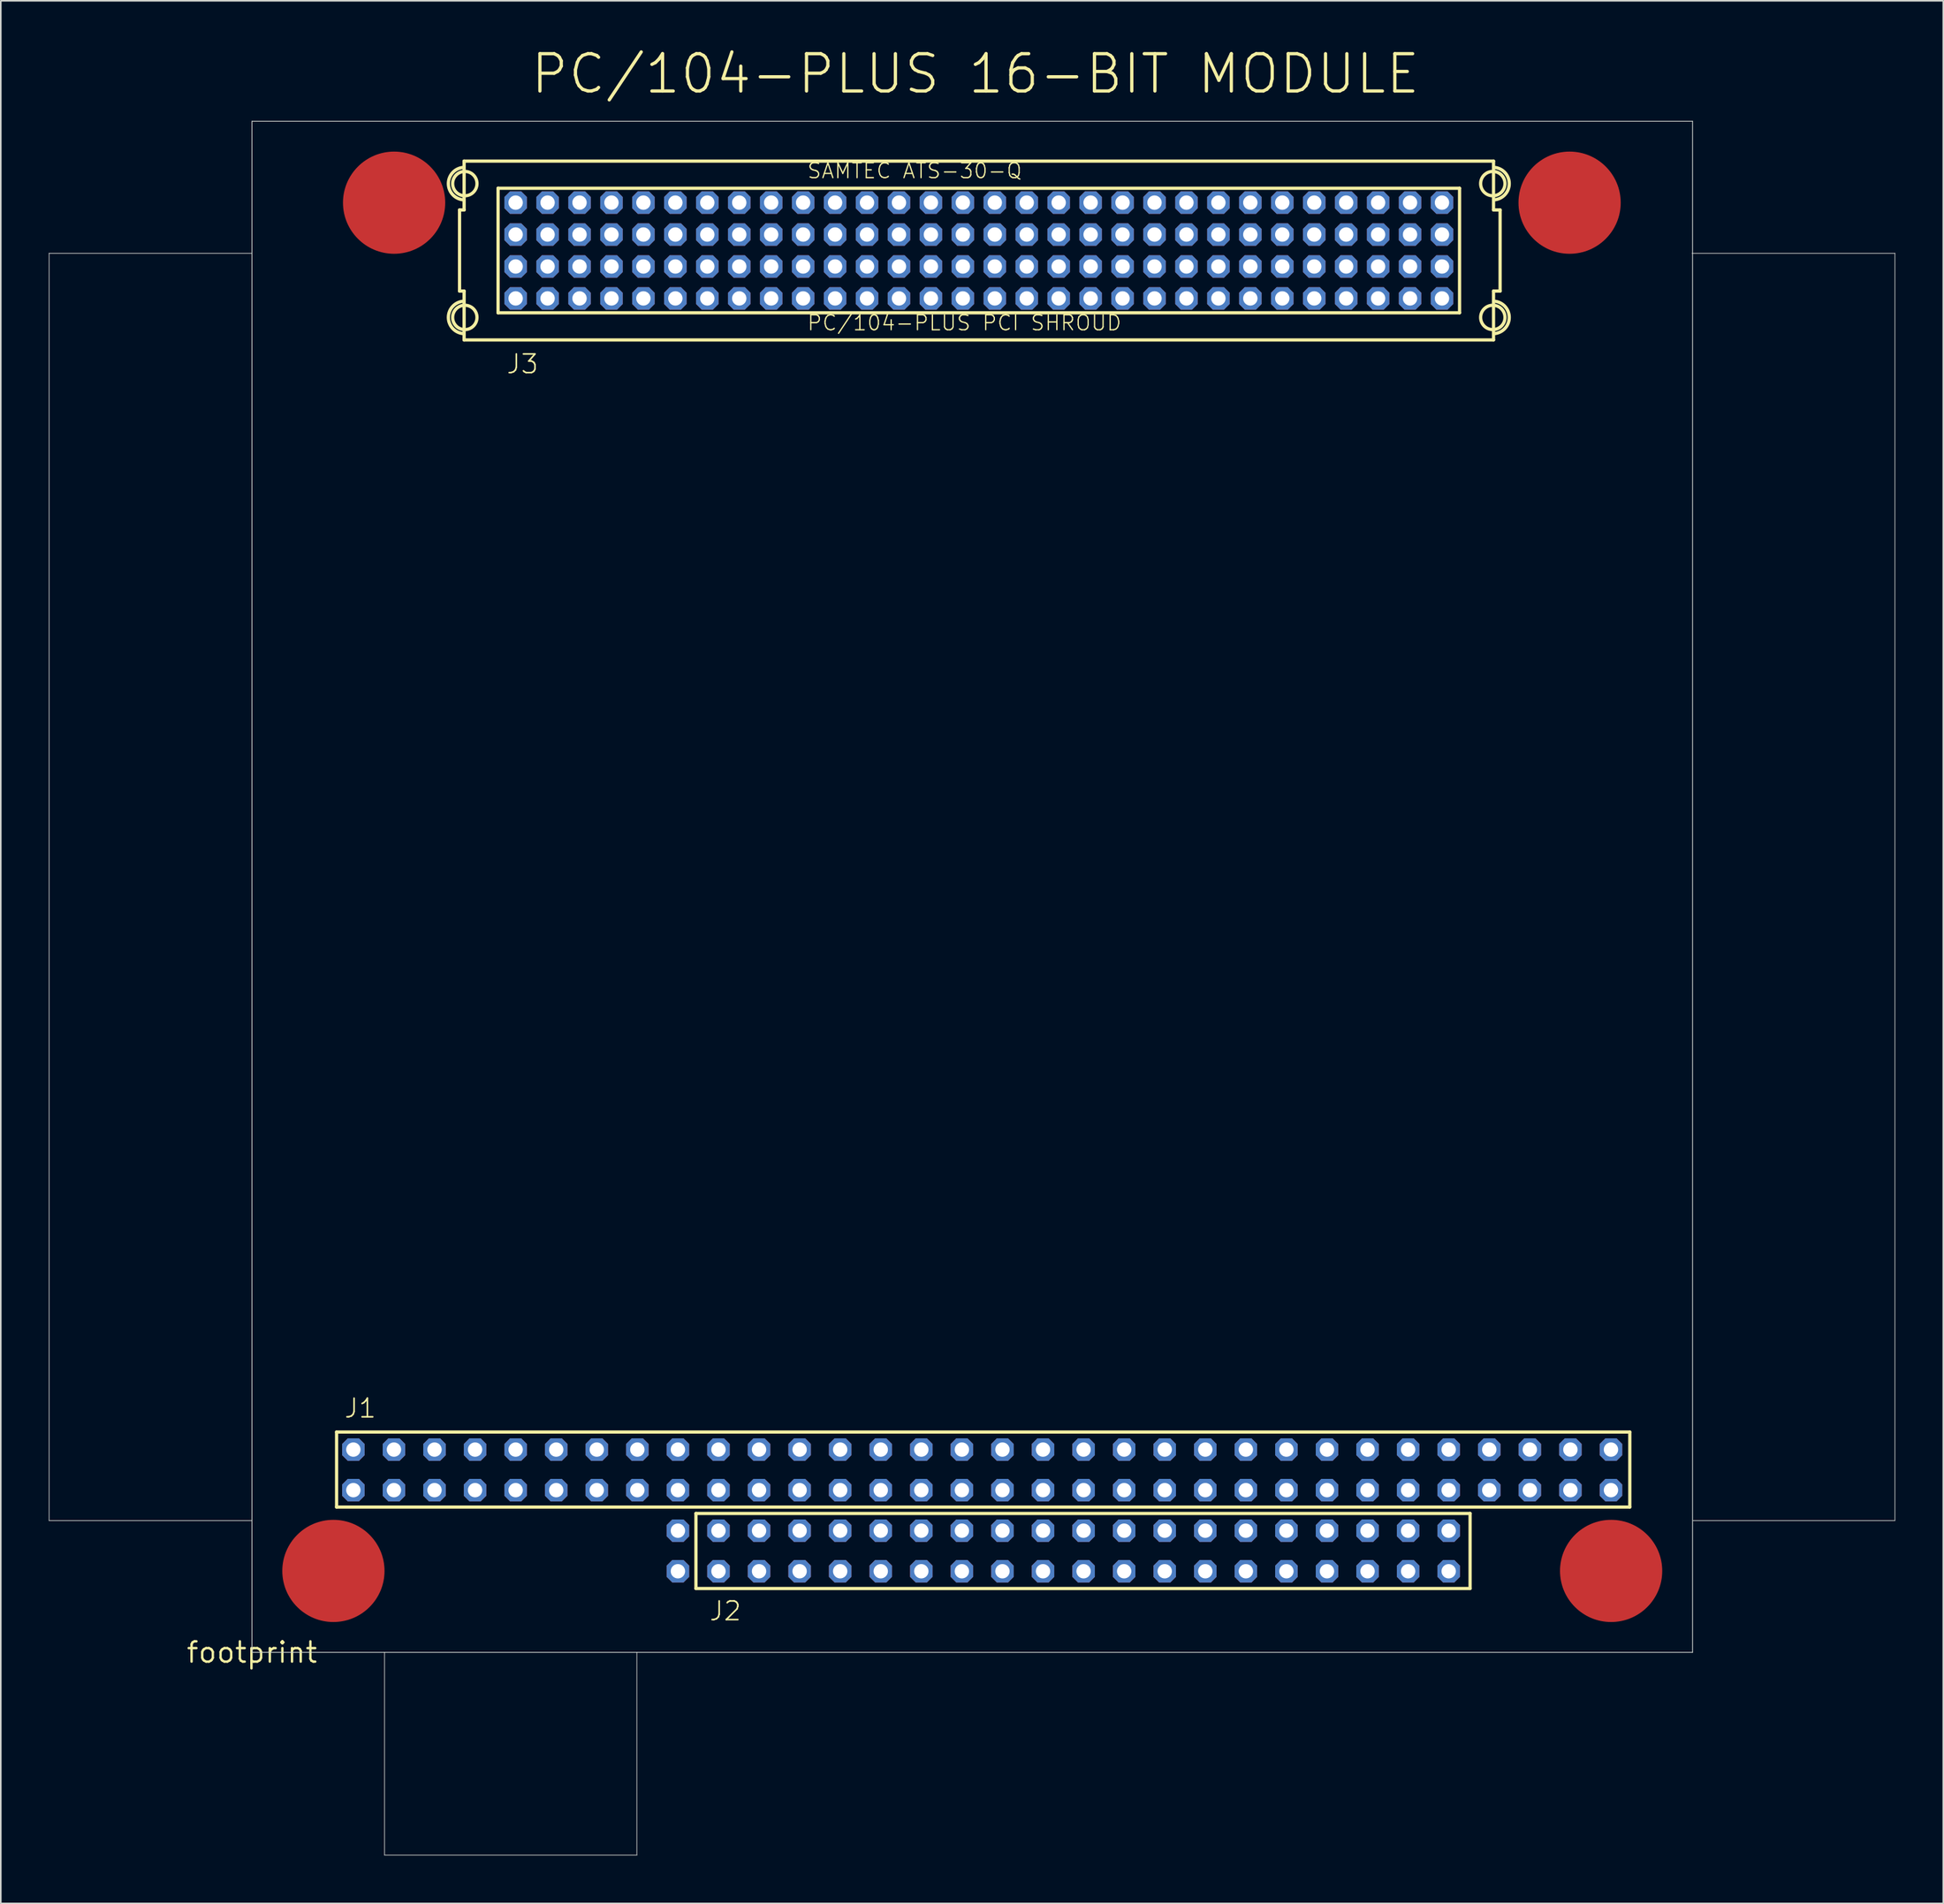
<source format=kicad_pcb>
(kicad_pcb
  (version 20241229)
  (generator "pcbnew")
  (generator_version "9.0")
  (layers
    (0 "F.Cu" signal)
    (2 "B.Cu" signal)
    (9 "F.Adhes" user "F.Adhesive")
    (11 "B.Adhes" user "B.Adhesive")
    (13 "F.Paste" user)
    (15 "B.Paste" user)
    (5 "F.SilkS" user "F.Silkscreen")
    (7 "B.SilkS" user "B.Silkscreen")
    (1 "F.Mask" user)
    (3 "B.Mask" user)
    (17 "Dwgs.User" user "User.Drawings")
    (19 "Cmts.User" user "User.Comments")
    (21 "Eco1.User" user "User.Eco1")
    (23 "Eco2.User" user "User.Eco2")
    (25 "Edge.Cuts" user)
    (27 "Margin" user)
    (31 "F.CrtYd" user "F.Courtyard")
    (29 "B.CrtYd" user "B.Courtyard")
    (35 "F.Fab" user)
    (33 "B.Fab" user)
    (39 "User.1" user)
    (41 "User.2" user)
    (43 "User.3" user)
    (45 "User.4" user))
  (footprint "footprint"
    (layer "F.Cu")
    (at 12.725 100.446)
    (property "Reference" "footprint" (at 0 0 0) (layer "F.SilkS") (effects (font (size 1.27 1.27) (thickness 0.15))))
    (fp_circle (center 5.1 -5.1) (end 6.7 -5.1) (stroke (width 3.2) (type solid)) (fill yes) (layer "F.Cu"))
    (fp_circle (center 8.9 -90.8) (end 10.5 -90.8) (stroke (width 3.2) (type solid)) (fill yes) (layer "F.Cu"))
    (fp_circle (center 82.5 -90.8) (end 84.1 -90.8) (stroke (width 3.2) (type solid)) (fill yes) (layer "F.Cu"))
    (fp_circle (center 85.1 -5.1) (end 86.7 -5.1) (stroke (width 3.2) (type solid)) (fill yes) (layer "F.Cu"))
    (fp_line (start 5.3 -13.8) (end 86.27 -13.8) (stroke (width 0.203) (type solid)) (layer "F.SilkS"))
    (fp_line (start 5.3 -9.1) (end 5.3 -13.8) (stroke (width 0.203) (type solid)) (layer "F.SilkS"))
    (fp_line (start 12.998 -90.345) (end 13.283 -90.345) (stroke (width 0.203) (type solid)) (layer "F.SilkS"))
    (fp_line (start 12.998 -85.265) (end 12.998 -90.345) (stroke (width 0.203) (type solid)) (layer "F.SilkS"))
    (fp_line (start 13.283 -93.405) (end 77.737 -93.405) (stroke (width 0.203) (type solid)) (layer "F.SilkS"))
    (fp_line (start 13.283 -90.345) (end 13.283 -93.405) (stroke (width 0.203) (type solid)) (layer "F.SilkS"))
    (fp_line (start 13.283 -85.265) (end 12.998 -85.265) (stroke (width 0.203) (type solid)) (layer "F.SilkS"))
    (fp_line (start 13.283 -82.205) (end 13.283 -85.265) (stroke (width 0.203) (type solid)) (layer "F.SilkS"))
    (fp_line (start 15.41 -91.705) (end 75.61 -91.705) (stroke (width 0.203) (type solid)) (layer "F.SilkS"))
    (fp_line (start 15.41 -83.905) (end 15.41 -91.705) (stroke (width 0.203) (type solid)) (layer "F.SilkS"))
    (fp_line (start 27.8 -8.7) (end 76.27 -8.7) (stroke (width 0.203) (type solid)) (layer "F.SilkS"))
    (fp_line (start 27.8 -4) (end 27.8 -8.7) (stroke (width 0.203) (type solid)) (layer "F.SilkS"))
    (fp_line (start 75.61 -91.705) (end 75.61 -83.905) (stroke (width 0.203) (type solid)) (layer "F.SilkS"))
    (fp_line (start 75.61 -83.905) (end 15.41 -83.905) (stroke (width 0.203) (type solid)) (layer "F.SilkS"))
    (fp_line (start 76.27 -8.7) (end 76.27 -4) (stroke (width 0.203) (type solid)) (layer "F.SilkS"))
    (fp_line (start 76.27 -4) (end 27.8 -4) (stroke (width 0.203) (type solid)) (layer "F.SilkS"))
    (fp_line (start 77.737 -93.405) (end 77.737 -90.345) (stroke (width 0.203) (type solid)) (layer "F.SilkS"))
    (fp_line (start 77.737 -90.345) (end 78.149 -90.345) (stroke (width 0.203) (type solid)) (layer "F.SilkS"))
    (fp_line (start 77.737 -85.265) (end 77.737 -82.205) (stroke (width 0.203) (type solid)) (layer "F.SilkS"))
    (fp_line (start 77.737 -82.205) (end 13.283 -82.205) (stroke (width 0.203) (type solid)) (layer "F.SilkS"))
    (fp_line (start 78.149 -90.345) (end 78.149 -85.265) (stroke (width 0.203) (type solid)) (layer "F.SilkS"))
    (fp_line (start 78.149 -85.265) (end 77.737 -85.265) (stroke (width 0.203) (type solid)) (layer "F.SilkS"))
    (fp_line (start 86.27 -13.8) (end 86.27 -9.1) (stroke (width 0.203) (type solid)) (layer "F.SilkS"))
    (fp_line (start 86.27 -9.1) (end 5.3 -9.1) (stroke (width 0.203) (type solid)) (layer "F.SilkS"))
    (fp_arc (start 13.252 -90.98) (mid 12.297518 -91.996) (end 13.252 -93.012) (stroke (width 0.2032) (type solid)) (layer "F.SilkS"))
    (fp_arc (start 13.252 -82.598) (mid 12.297518 -83.614) (end 13.252 -84.63) (stroke (width 0.2032) (type solid)) (layer "F.SilkS"))
    (fp_arc (start 77.767998 -93.012) (mid 78.722481 -91.996001) (end 77.768 -90.98) (stroke (width 0.2032) (type solid)) (layer "F.SilkS"))
    (fp_arc (start 77.767998 -84.63) (mid 78.722481 -83.614001) (end 77.768 -82.598) (stroke (width 0.2032) (type solid)) (layer "F.SilkS"))
    (fp_circle (center 13.328 -91.996) (end 14.09 -91.996) (stroke (width 0.203) (type solid)) (fill no) (layer "F.SilkS"))
    (fp_circle (center 13.328 -83.614) (end 14.09 -83.614) (stroke (width 0.203) (type solid)) (fill no) (layer "F.SilkS"))
    (fp_circle (center 77.692 -91.996) (end 78.454 -91.996) (stroke (width 0.203) (type solid)) (fill no) (layer "F.SilkS"))
    (fp_circle (center 77.692 -83.614) (end 78.454 -83.614) (stroke (width 0.203) (type solid)) (fill no) (layer "F.SilkS"))
    (fp_line (start 0 -95.9) (end 0 0) (stroke (width 0.05) (type solid)) (layer "Edge.Cuts"))
    (fp_line (start 0 0) (end 90.2 0) (stroke (width 0.05) (type solid)) (layer "Edge.Cuts"))
    (fp_line (start 90.2 -95.9) (end 0 -95.9) (stroke (width 0.05) (type solid)) (layer "Edge.Cuts"))
    (fp_line (start 90.2 0) (end 90.2 -95.9) (stroke (width 0.05) (type solid)) (layer "Edge.Cuts"))
    (fp_line (start -12.7 -87.63) (end -12.7 -8.255) (stroke (width 0.051) (type solid)) (layer "F.Fab"))
    (fp_line (start -12.7 -8.255) (end 0 -8.255) (stroke (width 0.051) (type solid)) (layer "F.Fab"))
    (fp_line (start 0 -87.63) (end -12.7 -87.63) (stroke (width 0.051) (type solid)) (layer "F.Fab"))
    (fp_line (start 8.3 0) (end 8.3 12.7) (stroke (width 0.051) (type solid)) (layer "F.Fab"))
    (fp_line (start 8.3 12.7) (end 24.1 12.7) (stroke (width 0.051) (type solid)) (layer "F.Fab"))
    (fp_line (start 24.1 12.7) (end 24.1 0) (stroke (width 0.051) (type solid)) (layer "F.Fab"))
    (fp_line (start 90.221 -8.255) (end 102.87 -8.255) (stroke (width 0.051) (type solid)) (layer "F.Fab"))
    (fp_line (start 102.87 -87.63) (end 90.17 -87.63) (stroke (width 0.051) (type solid)) (layer "F.Fab"))
    (fp_line (start 102.87 -8.255) (end 102.87 -87.63) (stroke (width 0.051) (type solid)) (layer "F.Fab"))
    (fp_text user "J3" (at 15.875 -80.01 0) (layer "F.SilkS") (effects (font (size 1.168 1.168) (thickness 0.102)) (justify left bottom)))
    (fp_text user "J1" (at 5.715 -14.605 0) (layer "F.SilkS") (effects (font (size 1.168 1.168) (thickness 0.102)) (justify left bottom)))
    (fp_text user "PC/104-PLUS 16-BIT MODULE" (at 17.34 -97.5 0) (layer "F.SilkS") (effects (font (size 2.337 2.337) (thickness 0.203)) (justify left bottom)))
    (fp_text user "SAMTEC ATS-30-Q" (at 34.715 -92.25 0) (layer "F.SilkS") (effects (font (size 0.935 0.935) (thickness 0.081)) (justify left bottom)))
    (fp_text user "J2" (at 28.575 -1.905 0) (layer "F.SilkS") (effects (font (size 1.168 1.168) (thickness 0.102)) (justify left bottom)))
    (fp_text user "PC/104-PLUS PCI SHROUD" (at 34.715 -82.725 0) (layer "F.SilkS") (effects (font (size 0.935 0.935) (thickness 0.081)) (justify left bottom)))
    (pad "A1" thru_hole roundrect (at 6.35 -10.16) (size 1.408 1.408) (drill 0.9) (layers "*.Cu" "*.Mask") (roundrect_rratio 0.25) (chamfer_ratio 0.25) (chamfer top_left top_right bottom_left bottom_right))
    (pad "A2" thru_hole roundrect (at 8.89 -10.16) (size 1.408 1.408) (drill 0.9) (layers "*.Cu" "*.Mask") (roundrect_rratio 0.25) (chamfer_ratio 0.25) (chamfer top_left top_right bottom_left bottom_right))
    (pad "A3" thru_hole roundrect (at 11.43 -10.16) (size 1.408 1.408) (drill 0.9) (layers "*.Cu" "*.Mask") (roundrect_rratio 0.25) (chamfer_ratio 0.25) (chamfer top_left top_right bottom_left bottom_right))
    (pad "A4" thru_hole roundrect (at 13.97 -10.16) (size 1.408 1.408) (drill 0.9) (layers "*.Cu" "*.Mask") (roundrect_rratio 0.25) (chamfer_ratio 0.25) (chamfer top_left top_right bottom_left bottom_right))
    (pad "A5" thru_hole roundrect (at 16.51 -10.16) (size 1.408 1.408) (drill 0.9) (layers "*.Cu" "*.Mask") (roundrect_rratio 0.25) (chamfer_ratio 0.25) (chamfer top_left top_right bottom_left bottom_right))
    (pad "A6" thru_hole roundrect (at 19.05 -10.16) (size 1.408 1.408) (drill 0.9) (layers "*.Cu" "*.Mask") (roundrect_rratio 0.25) (chamfer_ratio 0.25) (chamfer top_left top_right bottom_left bottom_right))
    (pad "A7" thru_hole roundrect (at 21.59 -10.16) (size 1.408 1.408) (drill 0.9) (layers "*.Cu" "*.Mask") (roundrect_rratio 0.25) (chamfer_ratio 0.25) (chamfer top_left top_right bottom_left bottom_right))
    (pad "A8" thru_hole roundrect (at 24.13 -10.16) (size 1.408 1.408) (drill 0.9) (layers "*.Cu" "*.Mask") (roundrect_rratio 0.25) (chamfer_ratio 0.25) (chamfer top_left top_right bottom_left bottom_right))
    (pad "A9" thru_hole roundrect (at 26.67 -10.16) (size 1.408 1.408) (drill 0.9) (layers "*.Cu" "*.Mask") (roundrect_rratio 0.25) (chamfer_ratio 0.25) (chamfer top_left top_right bottom_left bottom_right))
    (pad "A10" thru_hole roundrect (at 29.21 -10.16) (size 1.408 1.408) (drill 0.9) (layers "*.Cu" "*.Mask") (roundrect_rratio 0.25) (chamfer_ratio 0.25) (chamfer top_left top_right bottom_left bottom_right))
    (pad "A11" thru_hole roundrect (at 31.75 -10.16) (size 1.408 1.408) (drill 0.9) (layers "*.Cu" "*.Mask") (roundrect_rratio 0.25) (chamfer_ratio 0.25) (chamfer top_left top_right bottom_left bottom_right))
    (pad "A12" thru_hole roundrect (at 34.29 -10.16) (size 1.408 1.408) (drill 0.9) (layers "*.Cu" "*.Mask") (roundrect_rratio 0.25) (chamfer_ratio 0.25) (chamfer top_left top_right bottom_left bottom_right))
    (pad "A13" thru_hole roundrect (at 36.83 -10.16) (size 1.408 1.408) (drill 0.9) (layers "*.Cu" "*.Mask") (roundrect_rratio 0.25) (chamfer_ratio 0.25) (chamfer top_left top_right bottom_left bottom_right))
    (pad "A14" thru_hole roundrect (at 39.37 -10.16) (size 1.408 1.408) (drill 0.9) (layers "*.Cu" "*.Mask") (roundrect_rratio 0.25) (chamfer_ratio 0.25) (chamfer top_left top_right bottom_left bottom_right))
    (pad "A15" thru_hole roundrect (at 41.91 -10.16) (size 1.408 1.408) (drill 0.9) (layers "*.Cu" "*.Mask") (roundrect_rratio 0.25) (chamfer_ratio 0.25) (chamfer top_left top_right bottom_left bottom_right))
    (pad "A16" thru_hole roundrect (at 44.45 -10.16) (size 1.408 1.408) (drill 0.9) (layers "*.Cu" "*.Mask") (roundrect_rratio 0.25) (chamfer_ratio 0.25) (chamfer top_left top_right bottom_left bottom_right))
    (pad "A17" thru_hole roundrect (at 46.99 -10.16) (size 1.408 1.408) (drill 0.9) (layers "*.Cu" "*.Mask") (roundrect_rratio 0.25) (chamfer_ratio 0.25) (chamfer top_left top_right bottom_left bottom_right))
    (pad "A18" thru_hole roundrect (at 49.53 -10.16) (size 1.408 1.408) (drill 0.9) (layers "*.Cu" "*.Mask") (roundrect_rratio 0.25) (chamfer_ratio 0.25) (chamfer top_left top_right bottom_left bottom_right))
    (pad "A19" thru_hole roundrect (at 52.07 -10.16) (size 1.408 1.408) (drill 0.9) (layers "*.Cu" "*.Mask") (roundrect_rratio 0.25) (chamfer_ratio 0.25) (chamfer top_left top_right bottom_left bottom_right))
    (pad "A20" thru_hole roundrect (at 54.61 -10.16) (size 1.408 1.408) (drill 0.9) (layers "*.Cu" "*.Mask") (roundrect_rratio 0.25) (chamfer_ratio 0.25) (chamfer top_left top_right bottom_left bottom_right))
    (pad "A21" thru_hole roundrect (at 57.15 -10.16) (size 1.408 1.408) (drill 0.9) (layers "*.Cu" "*.Mask") (roundrect_rratio 0.25) (chamfer_ratio 0.25) (chamfer top_left top_right bottom_left bottom_right))
    (pad "A22" thru_hole roundrect (at 59.69 -10.16) (size 1.408 1.408) (drill 0.9) (layers "*.Cu" "*.Mask") (roundrect_rratio 0.25) (chamfer_ratio 0.25) (chamfer top_left top_right bottom_left bottom_right))
    (pad "A23" thru_hole roundrect (at 62.23 -10.16) (size 1.408 1.408) (drill 0.9) (layers "*.Cu" "*.Mask") (roundrect_rratio 0.25) (chamfer_ratio 0.25) (chamfer top_left top_right bottom_left bottom_right))
    (pad "A24" thru_hole roundrect (at 64.77 -10.16) (size 1.408 1.408) (drill 0.9) (layers "*.Cu" "*.Mask") (roundrect_rratio 0.25) (chamfer_ratio 0.25) (chamfer top_left top_right bottom_left bottom_right))
    (pad "A25" thru_hole roundrect (at 67.31 -10.16) (size 1.408 1.408) (drill 0.9) (layers "*.Cu" "*.Mask") (roundrect_rratio 0.25) (chamfer_ratio 0.25) (chamfer top_left top_right bottom_left bottom_right))
    (pad "A26" thru_hole roundrect (at 69.85 -10.16) (size 1.408 1.408) (drill 0.9) (layers "*.Cu" "*.Mask") (roundrect_rratio 0.25) (chamfer_ratio 0.25) (chamfer top_left top_right bottom_left bottom_right))
    (pad "A27" thru_hole roundrect (at 72.39 -10.16) (size 1.408 1.408) (drill 0.9) (layers "*.Cu" "*.Mask") (roundrect_rratio 0.25) (chamfer_ratio 0.25) (chamfer top_left top_right bottom_left bottom_right))
    (pad "A28" thru_hole roundrect (at 74.93 -10.16) (size 1.408 1.408) (drill 0.9) (layers "*.Cu" "*.Mask") (roundrect_rratio 0.25) (chamfer_ratio 0.25) (chamfer top_left top_right bottom_left bottom_right))
    (pad "A29" thru_hole roundrect (at 77.47 -10.16) (size 1.408 1.408) (drill 0.9) (layers "*.Cu" "*.Mask") (roundrect_rratio 0.25) (chamfer_ratio 0.25) (chamfer top_left top_right bottom_left bottom_right))
    (pad "A30" thru_hole roundrect (at 80.01 -10.16) (size 1.408 1.408) (drill 0.9) (layers "*.Cu" "*.Mask") (roundrect_rratio 0.25) (chamfer_ratio 0.25) (chamfer top_left top_right bottom_left bottom_right))
    (pad "A31" thru_hole roundrect (at 82.55 -10.16) (size 1.408 1.408) (drill 0.9) (layers "*.Cu" "*.Mask") (roundrect_rratio 0.25) (chamfer_ratio 0.25) (chamfer top_left top_right bottom_left bottom_right))
    (pad "A32" thru_hole roundrect (at 85.09 -10.16) (size 1.408 1.408) (drill 0.9) (layers "*.Cu" "*.Mask") (roundrect_rratio 0.25) (chamfer_ratio 0.25) (chamfer top_left top_right bottom_left bottom_right))
    (pad "B1" thru_hole roundrect (at 6.35 -12.7) (size 1.408 1.408) (drill 0.9) (layers "*.Cu" "*.Mask") (roundrect_rratio 0.25) (chamfer_ratio 0.25) (chamfer top_left top_right bottom_left bottom_right))
    (pad "B2" thru_hole roundrect (at 8.89 -12.7) (size 1.408 1.408) (drill 0.9) (layers "*.Cu" "*.Mask") (roundrect_rratio 0.25) (chamfer_ratio 0.25) (chamfer top_left top_right bottom_left bottom_right))
    (pad "B3" thru_hole roundrect (at 11.43 -12.7) (size 1.408 1.408) (drill 0.9) (layers "*.Cu" "*.Mask") (roundrect_rratio 0.25) (chamfer_ratio 0.25) (chamfer top_left top_right bottom_left bottom_right))
    (pad "B4" thru_hole roundrect (at 13.97 -12.7) (size 1.408 1.408) (drill 0.9) (layers "*.Cu" "*.Mask") (roundrect_rratio 0.25) (chamfer_ratio 0.25) (chamfer top_left top_right bottom_left bottom_right))
    (pad "B5" thru_hole roundrect (at 16.51 -12.7) (size 1.408 1.408) (drill 0.9) (layers "*.Cu" "*.Mask") (roundrect_rratio 0.25) (chamfer_ratio 0.25) (chamfer top_left top_right bottom_left bottom_right))
    (pad "B6" thru_hole roundrect (at 19.05 -12.7) (size 1.408 1.408) (drill 0.9) (layers "*.Cu" "*.Mask") (roundrect_rratio 0.25) (chamfer_ratio 0.25) (chamfer top_left top_right bottom_left bottom_right))
    (pad "B7" thru_hole roundrect (at 21.59 -12.7) (size 1.408 1.408) (drill 0.9) (layers "*.Cu" "*.Mask") (roundrect_rratio 0.25) (chamfer_ratio 0.25) (chamfer top_left top_right bottom_left bottom_right))
    (pad "B8" thru_hole roundrect (at 24.13 -12.7) (size 1.408 1.408) (drill 0.9) (layers "*.Cu" "*.Mask") (roundrect_rratio 0.25) (chamfer_ratio 0.25) (chamfer top_left top_right bottom_left bottom_right))
    (pad "B9" thru_hole roundrect (at 26.67 -12.7) (size 1.408 1.408) (drill 0.9) (layers "*.Cu" "*.Mask") (roundrect_rratio 0.25) (chamfer_ratio 0.25) (chamfer top_left top_right bottom_left bottom_right))
    (pad "B10" thru_hole roundrect (at 29.21 -12.7) (size 1.408 1.408) (drill 0.9) (layers "*.Cu" "*.Mask") (roundrect_rratio 0.25) (chamfer_ratio 0.25) (chamfer top_left top_right bottom_left bottom_right))
    (pad "B11" thru_hole roundrect (at 31.75 -12.7) (size 1.408 1.408) (drill 0.9) (layers "*.Cu" "*.Mask") (roundrect_rratio 0.25) (chamfer_ratio 0.25) (chamfer top_left top_right bottom_left bottom_right))
    (pad "B12" thru_hole roundrect (at 34.29 -12.7) (size 1.408 1.408) (drill 0.9) (layers "*.Cu" "*.Mask") (roundrect_rratio 0.25) (chamfer_ratio 0.25) (chamfer top_left top_right bottom_left bottom_right))
    (pad "B13" thru_hole roundrect (at 36.83 -12.7) (size 1.408 1.408) (drill 0.9) (layers "*.Cu" "*.Mask") (roundrect_rratio 0.25) (chamfer_ratio 0.25) (chamfer top_left top_right bottom_left bottom_right))
    (pad "B14" thru_hole roundrect (at 39.37 -12.7) (size 1.408 1.408) (drill 0.9) (layers "*.Cu" "*.Mask") (roundrect_rratio 0.25) (chamfer_ratio 0.25) (chamfer top_left top_right bottom_left bottom_right))
    (pad "B15" thru_hole roundrect (at 41.91 -12.7) (size 1.408 1.408) (drill 0.9) (layers "*.Cu" "*.Mask") (roundrect_rratio 0.25) (chamfer_ratio 0.25) (chamfer top_left top_right bottom_left bottom_right))
    (pad "B16" thru_hole roundrect (at 44.45 -12.7) (size 1.408 1.408) (drill 0.9) (layers "*.Cu" "*.Mask") (roundrect_rratio 0.25) (chamfer_ratio 0.25) (chamfer top_left top_right bottom_left bottom_right))
    (pad "B17" thru_hole roundrect (at 46.99 -12.7) (size 1.408 1.408) (drill 0.9) (layers "*.Cu" "*.Mask") (roundrect_rratio 0.25) (chamfer_ratio 0.25) (chamfer top_left top_right bottom_left bottom_right))
    (pad "B18" thru_hole roundrect (at 49.53 -12.7) (size 1.408 1.408) (drill 0.9) (layers "*.Cu" "*.Mask") (roundrect_rratio 0.25) (chamfer_ratio 0.25) (chamfer top_left top_right bottom_left bottom_right))
    (pad "B19" thru_hole roundrect (at 52.07 -12.7) (size 1.408 1.408) (drill 0.9) (layers "*.Cu" "*.Mask") (roundrect_rratio 0.25) (chamfer_ratio 0.25) (chamfer top_left top_right bottom_left bottom_right))
    (pad "B20" thru_hole roundrect (at 54.61 -12.7) (size 1.408 1.408) (drill 0.9) (layers "*.Cu" "*.Mask") (roundrect_rratio 0.25) (chamfer_ratio 0.25) (chamfer top_left top_right bottom_left bottom_right))
    (pad "B21" thru_hole roundrect (at 57.15 -12.7) (size 1.408 1.408) (drill 0.9) (layers "*.Cu" "*.Mask") (roundrect_rratio 0.25) (chamfer_ratio 0.25) (chamfer top_left top_right bottom_left bottom_right))
    (pad "B22" thru_hole roundrect (at 59.69 -12.7) (size 1.408 1.408) (drill 0.9) (layers "*.Cu" "*.Mask") (roundrect_rratio 0.25) (chamfer_ratio 0.25) (chamfer top_left top_right bottom_left bottom_right))
    (pad "B23" thru_hole roundrect (at 62.23 -12.7) (size 1.408 1.408) (drill 0.9) (layers "*.Cu" "*.Mask") (roundrect_rratio 0.25) (chamfer_ratio 0.25) (chamfer top_left top_right bottom_left bottom_right))
    (pad "B24" thru_hole roundrect (at 64.77 -12.7) (size 1.408 1.408) (drill 0.9) (layers "*.Cu" "*.Mask") (roundrect_rratio 0.25) (chamfer_ratio 0.25) (chamfer top_left top_right bottom_left bottom_right))
    (pad "B25" thru_hole roundrect (at 67.31 -12.7) (size 1.408 1.408) (drill 0.9) (layers "*.Cu" "*.Mask") (roundrect_rratio 0.25) (chamfer_ratio 0.25) (chamfer top_left top_right bottom_left bottom_right))
    (pad "B26" thru_hole roundrect (at 69.85 -12.7) (size 1.408 1.408) (drill 0.9) (layers "*.Cu" "*.Mask") (roundrect_rratio 0.25) (chamfer_ratio 0.25) (chamfer top_left top_right bottom_left bottom_right))
    (pad "B27" thru_hole roundrect (at 72.39 -12.7) (size 1.408 1.408) (drill 0.9) (layers "*.Cu" "*.Mask") (roundrect_rratio 0.25) (chamfer_ratio 0.25) (chamfer top_left top_right bottom_left bottom_right))
    (pad "B28" thru_hole roundrect (at 74.93 -12.7) (size 1.408 1.408) (drill 0.9) (layers "*.Cu" "*.Mask") (roundrect_rratio 0.25) (chamfer_ratio 0.25) (chamfer top_left top_right bottom_left bottom_right))
    (pad "B29" thru_hole roundrect (at 77.47 -12.7) (size 1.408 1.408) (drill 0.9) (layers "*.Cu" "*.Mask") (roundrect_rratio 0.25) (chamfer_ratio 0.25) (chamfer top_left top_right bottom_left bottom_right))
    (pad "B30" thru_hole roundrect (at 80.01 -12.7) (size 1.408 1.408) (drill 0.9) (layers "*.Cu" "*.Mask") (roundrect_rratio 0.25) (chamfer_ratio 0.25) (chamfer top_left top_right bottom_left bottom_right))
    (pad "B31" thru_hole roundrect (at 82.55 -12.7) (size 1.408 1.408) (drill 0.9) (layers "*.Cu" "*.Mask") (roundrect_rratio 0.25) (chamfer_ratio 0.25) (chamfer top_left top_right bottom_left bottom_right))
    (pad "B32" thru_hole roundrect (at 85.09 -12.7) (size 1.408 1.408) (drill 0.9) (layers "*.Cu" "*.Mask") (roundrect_rratio 0.25) (chamfer_ratio 0.25) (chamfer top_left top_right bottom_left bottom_right))
    (pad "C0" thru_hole roundrect (at 26.67 -7.62) (size 1.408 1.408) (drill 0.9) (layers "*.Cu" "*.Mask") (roundrect_rratio 0.25) (chamfer_ratio 0.25) (chamfer top_left top_right bottom_left bottom_right))
    (pad "C1" thru_hole roundrect (at 29.21 -7.62) (size 1.408 1.408) (drill 0.9) (layers "*.Cu" "*.Mask") (roundrect_rratio 0.25) (chamfer_ratio 0.25) (chamfer top_left top_right bottom_left bottom_right))
    (pad "C2" thru_hole roundrect (at 31.75 -7.62) (size 1.408 1.408) (drill 0.9) (layers "*.Cu" "*.Mask") (roundrect_rratio 0.25) (chamfer_ratio 0.25) (chamfer top_left top_right bottom_left bottom_right))
    (pad "C3" thru_hole roundrect (at 34.29 -7.62) (size 1.408 1.408) (drill 0.9) (layers "*.Cu" "*.Mask") (roundrect_rratio 0.25) (chamfer_ratio 0.25) (chamfer top_left top_right bottom_left bottom_right))
    (pad "C4" thru_hole roundrect (at 36.83 -7.62) (size 1.408 1.408) (drill 0.9) (layers "*.Cu" "*.Mask") (roundrect_rratio 0.25) (chamfer_ratio 0.25) (chamfer top_left top_right bottom_left bottom_right))
    (pad "C5" thru_hole roundrect (at 39.37 -7.62) (size 1.408 1.408) (drill 0.9) (layers "*.Cu" "*.Mask") (roundrect_rratio 0.25) (chamfer_ratio 0.25) (chamfer top_left top_right bottom_left bottom_right))
    (pad "C6" thru_hole roundrect (at 41.91 -7.62) (size 1.408 1.408) (drill 0.9) (layers "*.Cu" "*.Mask") (roundrect_rratio 0.25) (chamfer_ratio 0.25) (chamfer top_left top_right bottom_left bottom_right))
    (pad "C7" thru_hole roundrect (at 44.45 -7.62) (size 1.408 1.408) (drill 0.9) (layers "*.Cu" "*.Mask") (roundrect_rratio 0.25) (chamfer_ratio 0.25) (chamfer top_left top_right bottom_left bottom_right))
    (pad "C8" thru_hole roundrect (at 46.99 -7.62) (size 1.408 1.408) (drill 0.9) (layers "*.Cu" "*.Mask") (roundrect_rratio 0.25) (chamfer_ratio 0.25) (chamfer top_left top_right bottom_left bottom_right))
    (pad "C9" thru_hole roundrect (at 49.53 -7.62) (size 1.408 1.408) (drill 0.9) (layers "*.Cu" "*.Mask") (roundrect_rratio 0.25) (chamfer_ratio 0.25) (chamfer top_left top_right bottom_left bottom_right))
    (pad "C10" thru_hole roundrect (at 52.07 -7.62) (size 1.408 1.408) (drill 0.9) (layers "*.Cu" "*.Mask") (roundrect_rratio 0.25) (chamfer_ratio 0.25) (chamfer top_left top_right bottom_left bottom_right))
    (pad "C11" thru_hole roundrect (at 54.61 -7.62) (size 1.408 1.408) (drill 0.9) (layers "*.Cu" "*.Mask") (roundrect_rratio 0.25) (chamfer_ratio 0.25) (chamfer top_left top_right bottom_left bottom_right))
    (pad "C12" thru_hole roundrect (at 57.15 -7.62) (size 1.408 1.408) (drill 0.9) (layers "*.Cu" "*.Mask") (roundrect_rratio 0.25) (chamfer_ratio 0.25) (chamfer top_left top_right bottom_left bottom_right))
    (pad "C13" thru_hole roundrect (at 59.69 -7.62) (size 1.408 1.408) (drill 0.9) (layers "*.Cu" "*.Mask") (roundrect_rratio 0.25) (chamfer_ratio 0.25) (chamfer top_left top_right bottom_left bottom_right))
    (pad "C14" thru_hole roundrect (at 62.23 -7.62) (size 1.408 1.408) (drill 0.9) (layers "*.Cu" "*.Mask") (roundrect_rratio 0.25) (chamfer_ratio 0.25) (chamfer top_left top_right bottom_left bottom_right))
    (pad "C15" thru_hole roundrect (at 64.77 -7.62) (size 1.408 1.408) (drill 0.9) (layers "*.Cu" "*.Mask") (roundrect_rratio 0.25) (chamfer_ratio 0.25) (chamfer top_left top_right bottom_left bottom_right))
    (pad "C16" thru_hole roundrect (at 67.31 -7.62) (size 1.408 1.408) (drill 0.9) (layers "*.Cu" "*.Mask") (roundrect_rratio 0.25) (chamfer_ratio 0.25) (chamfer top_left top_right bottom_left bottom_right))
    (pad "C17" thru_hole roundrect (at 69.85 -7.62) (size 1.408 1.408) (drill 0.9) (layers "*.Cu" "*.Mask") (roundrect_rratio 0.25) (chamfer_ratio 0.25) (chamfer top_left top_right bottom_left bottom_right))
    (pad "C18" thru_hole roundrect (at 72.39 -7.62) (size 1.408 1.408) (drill 0.9) (layers "*.Cu" "*.Mask") (roundrect_rratio 0.25) (chamfer_ratio 0.25) (chamfer top_left top_right bottom_left bottom_right))
    (pad "C19" thru_hole roundrect (at 74.93 -7.62) (size 1.408 1.408) (drill 0.9) (layers "*.Cu" "*.Mask") (roundrect_rratio 0.25) (chamfer_ratio 0.25) (chamfer top_left top_right bottom_left bottom_right))
    (pad "D0" thru_hole roundrect (at 26.67 -5.08) (size 1.408 1.408) (drill 0.9) (layers "*.Cu" "*.Mask") (roundrect_rratio 0.25) (chamfer_ratio 0.25) (chamfer top_left top_right bottom_left bottom_right))
    (pad "D1" thru_hole roundrect (at 29.21 -5.08) (size 1.408 1.408) (drill 0.9) (layers "*.Cu" "*.Mask") (roundrect_rratio 0.25) (chamfer_ratio 0.25) (chamfer top_left top_right bottom_left bottom_right))
    (pad "D2" thru_hole roundrect (at 31.75 -5.08) (size 1.408 1.408) (drill 0.9) (layers "*.Cu" "*.Mask") (roundrect_rratio 0.25) (chamfer_ratio 0.25) (chamfer top_left top_right bottom_left bottom_right))
    (pad "D3" thru_hole roundrect (at 34.29 -5.08) (size 1.408 1.408) (drill 0.9) (layers "*.Cu" "*.Mask") (roundrect_rratio 0.25) (chamfer_ratio 0.25) (chamfer top_left top_right bottom_left bottom_right))
    (pad "D4" thru_hole roundrect (at 36.83 -5.08) (size 1.408 1.408) (drill 0.9) (layers "*.Cu" "*.Mask") (roundrect_rratio 0.25) (chamfer_ratio 0.25) (chamfer top_left top_right bottom_left bottom_right))
    (pad "D5" thru_hole roundrect (at 39.37 -5.08) (size 1.408 1.408) (drill 0.9) (layers "*.Cu" "*.Mask") (roundrect_rratio 0.25) (chamfer_ratio 0.25) (chamfer top_left top_right bottom_left bottom_right))
    (pad "D6" thru_hole roundrect (at 41.91 -5.08) (size 1.408 1.408) (drill 0.9) (layers "*.Cu" "*.Mask") (roundrect_rratio 0.25) (chamfer_ratio 0.25) (chamfer top_left top_right bottom_left bottom_right))
    (pad "D7" thru_hole roundrect (at 44.45 -5.08) (size 1.408 1.408) (drill 0.9) (layers "*.Cu" "*.Mask") (roundrect_rratio 0.25) (chamfer_ratio 0.25) (chamfer top_left top_right bottom_left bottom_right))
    (pad "D8" thru_hole roundrect (at 46.99 -5.08) (size 1.408 1.408) (drill 0.9) (layers "*.Cu" "*.Mask") (roundrect_rratio 0.25) (chamfer_ratio 0.25) (chamfer top_left top_right bottom_left bottom_right))
    (pad "D9" thru_hole roundrect (at 49.53 -5.08) (size 1.408 1.408) (drill 0.9) (layers "*.Cu" "*.Mask") (roundrect_rratio 0.25) (chamfer_ratio 0.25) (chamfer top_left top_right bottom_left bottom_right))
    (pad "D10" thru_hole roundrect (at 52.07 -5.08) (size 1.408 1.408) (drill 0.9) (layers "*.Cu" "*.Mask") (roundrect_rratio 0.25) (chamfer_ratio 0.25) (chamfer top_left top_right bottom_left bottom_right))
    (pad "D11" thru_hole roundrect (at 54.61 -5.08) (size 1.408 1.408) (drill 0.9) (layers "*.Cu" "*.Mask") (roundrect_rratio 0.25) (chamfer_ratio 0.25) (chamfer top_left top_right bottom_left bottom_right))
    (pad "D12" thru_hole roundrect (at 57.15 -5.08) (size 1.408 1.408) (drill 0.9) (layers "*.Cu" "*.Mask") (roundrect_rratio 0.25) (chamfer_ratio 0.25) (chamfer top_left top_right bottom_left bottom_right))
    (pad "D13" thru_hole roundrect (at 59.69 -5.08) (size 1.408 1.408) (drill 0.9) (layers "*.Cu" "*.Mask") (roundrect_rratio 0.25) (chamfer_ratio 0.25) (chamfer top_left top_right bottom_left bottom_right))
    (pad "D14" thru_hole roundrect (at 62.23 -5.08) (size 1.408 1.408) (drill 0.9) (layers "*.Cu" "*.Mask") (roundrect_rratio 0.25) (chamfer_ratio 0.25) (chamfer top_left top_right bottom_left bottom_right))
    (pad "D15" thru_hole roundrect (at 64.77 -5.08) (size 1.408 1.408) (drill 0.9) (layers "*.Cu" "*.Mask") (roundrect_rratio 0.25) (chamfer_ratio 0.25) (chamfer top_left top_right bottom_left bottom_right))
    (pad "D16" thru_hole roundrect (at 67.31 -5.08) (size 1.408 1.408) (drill 0.9) (layers "*.Cu" "*.Mask") (roundrect_rratio 0.25) (chamfer_ratio 0.25) (chamfer top_left top_right bottom_left bottom_right))
    (pad "D17" thru_hole roundrect (at 69.85 -5.08) (size 1.408 1.408) (drill 0.9) (layers "*.Cu" "*.Mask") (roundrect_rratio 0.25) (chamfer_ratio 0.25) (chamfer top_left top_right bottom_left bottom_right))
    (pad "D18" thru_hole roundrect (at 72.39 -5.08) (size 1.408 1.408) (drill 0.9) (layers "*.Cu" "*.Mask") (roundrect_rratio 0.25) (chamfer_ratio 0.25) (chamfer top_left top_right bottom_left bottom_right))
    (pad "D19" thru_hole roundrect (at 74.93 -5.08) (size 1.408 1.408) (drill 0.9) (layers "*.Cu" "*.Mask") (roundrect_rratio 0.25) (chamfer_ratio 0.25) (chamfer top_left top_right bottom_left bottom_right))
    (pad "J3-A1" thru_hole roundrect (at 16.51 -84.805) (size 1.408 1.408) (drill 0.9) (layers "*.Cu" "*.Mask") (roundrect_rratio 0.25) (chamfer_ratio 0.25) (chamfer top_left top_right bottom_left bottom_right))
    (pad "J3-A2" thru_hole roundrect (at 18.51 -84.805) (size 1.408 1.408) (drill 0.9) (layers "*.Cu" "*.Mask") (roundrect_rratio 0.25) (chamfer_ratio 0.25) (chamfer top_left top_right bottom_left bottom_right))
    (pad "J3-A3" thru_hole roundrect (at 20.51 -84.805) (size 1.408 1.408) (drill 0.9) (layers "*.Cu" "*.Mask") (roundrect_rratio 0.25) (chamfer_ratio 0.25) (chamfer top_left top_right bottom_left bottom_right))
    (pad "J3-A4" thru_hole roundrect (at 22.51 -84.805) (size 1.408 1.408) (drill 0.9) (layers "*.Cu" "*.Mask") (roundrect_rratio 0.25) (chamfer_ratio 0.25) (chamfer top_left top_right bottom_left bottom_right))
    (pad "J3-A5" thru_hole roundrect (at 24.51 -84.805) (size 1.408 1.408) (drill 0.9) (layers "*.Cu" "*.Mask") (roundrect_rratio 0.25) (chamfer_ratio 0.25) (chamfer top_left top_right bottom_left bottom_right))
    (pad "J3-A6" thru_hole roundrect (at 26.51 -84.805) (size 1.408 1.408) (drill 0.9) (layers "*.Cu" "*.Mask") (roundrect_rratio 0.25) (chamfer_ratio 0.25) (chamfer top_left top_right bottom_left bottom_right))
    (pad "J3-A7" thru_hole roundrect (at 28.51 -84.805) (size 1.408 1.408) (drill 0.9) (layers "*.Cu" "*.Mask") (roundrect_rratio 0.25) (chamfer_ratio 0.25) (chamfer top_left top_right bottom_left bottom_right))
    (pad "J3-A8" thru_hole roundrect (at 30.51 -84.805) (size 1.408 1.408) (drill 0.9) (layers "*.Cu" "*.Mask") (roundrect_rratio 0.25) (chamfer_ratio 0.25) (chamfer top_left top_right bottom_left bottom_right))
    (pad "J3-A9" thru_hole roundrect (at 32.51 -84.805) (size 1.408 1.408) (drill 0.9) (layers "*.Cu" "*.Mask") (roundrect_rratio 0.25) (chamfer_ratio 0.25) (chamfer top_left top_right bottom_left bottom_right))
    (pad "J3-A10" thru_hole roundrect (at 34.51 -84.805) (size 1.408 1.408) (drill 0.9) (layers "*.Cu" "*.Mask") (roundrect_rratio 0.25) (chamfer_ratio 0.25) (chamfer top_left top_right bottom_left bottom_right))
    (pad "J3-A11" thru_hole roundrect (at 36.51 -84.805) (size 1.408 1.408) (drill 0.9) (layers "*.Cu" "*.Mask") (roundrect_rratio 0.25) (chamfer_ratio 0.25) (chamfer top_left top_right bottom_left bottom_right))
    (pad "J3-A12" thru_hole roundrect (at 38.51 -84.805) (size 1.408 1.408) (drill 0.9) (layers "*.Cu" "*.Mask") (roundrect_rratio 0.25) (chamfer_ratio 0.25) (chamfer top_left top_right bottom_left bottom_right))
    (pad "J3-A13" thru_hole roundrect (at 40.51 -84.805) (size 1.408 1.408) (drill 0.9) (layers "*.Cu" "*.Mask") (roundrect_rratio 0.25) (chamfer_ratio 0.25) (chamfer top_left top_right bottom_left bottom_right))
    (pad "J3-A14" thru_hole roundrect (at 42.51 -84.805) (size 1.408 1.408) (drill 0.9) (layers "*.Cu" "*.Mask") (roundrect_rratio 0.25) (chamfer_ratio 0.25) (chamfer top_left top_right bottom_left bottom_right))
    (pad "J3-A15" thru_hole roundrect (at 44.51 -84.805) (size 1.408 1.408) (drill 0.9) (layers "*.Cu" "*.Mask") (roundrect_rratio 0.25) (chamfer_ratio 0.25) (chamfer top_left top_right bottom_left bottom_right))
    (pad "J3-A16" thru_hole roundrect (at 46.51 -84.805) (size 1.408 1.408) (drill 0.9) (layers "*.Cu" "*.Mask") (roundrect_rratio 0.25) (chamfer_ratio 0.25) (chamfer top_left top_right bottom_left bottom_right))
    (pad "J3-A17" thru_hole roundrect (at 48.51 -84.805) (size 1.408 1.408) (drill 0.9) (layers "*.Cu" "*.Mask") (roundrect_rratio 0.25) (chamfer_ratio 0.25) (chamfer top_left top_right bottom_left bottom_right))
    (pad "J3-A18" thru_hole roundrect (at 50.51 -84.805) (size 1.408 1.408) (drill 0.9) (layers "*.Cu" "*.Mask") (roundrect_rratio 0.25) (chamfer_ratio 0.25) (chamfer top_left top_right bottom_left bottom_right))
    (pad "J3-A19" thru_hole roundrect (at 52.51 -84.805) (size 1.408 1.408) (drill 0.9) (layers "*.Cu" "*.Mask") (roundrect_rratio 0.25) (chamfer_ratio 0.25) (chamfer top_left top_right bottom_left bottom_right))
    (pad "J3-A20" thru_hole roundrect (at 54.51 -84.805) (size 1.408 1.408) (drill 0.9) (layers "*.Cu" "*.Mask") (roundrect_rratio 0.25) (chamfer_ratio 0.25) (chamfer top_left top_right bottom_left bottom_right))
    (pad "J3-A21" thru_hole roundrect (at 56.51 -84.805) (size 1.408 1.408) (drill 0.9) (layers "*.Cu" "*.Mask") (roundrect_rratio 0.25) (chamfer_ratio 0.25) (chamfer top_left top_right bottom_left bottom_right))
    (pad "J3-A22" thru_hole roundrect (at 58.51 -84.805) (size 1.408 1.408) (drill 0.9) (layers "*.Cu" "*.Mask") (roundrect_rratio 0.25) (chamfer_ratio 0.25) (chamfer top_left top_right bottom_left bottom_right))
    (pad "J3-A23" thru_hole roundrect (at 60.51 -84.805) (size 1.408 1.408) (drill 0.9) (layers "*.Cu" "*.Mask") (roundrect_rratio 0.25) (chamfer_ratio 0.25) (chamfer top_left top_right bottom_left bottom_right))
    (pad "J3-A24" thru_hole roundrect (at 62.51 -84.805) (size 1.408 1.408) (drill 0.9) (layers "*.Cu" "*.Mask") (roundrect_rratio 0.25) (chamfer_ratio 0.25) (chamfer top_left top_right bottom_left bottom_right))
    (pad "J3-A25" thru_hole roundrect (at 64.51 -84.805) (size 1.408 1.408) (drill 0.9) (layers "*.Cu" "*.Mask") (roundrect_rratio 0.25) (chamfer_ratio 0.25) (chamfer top_left top_right bottom_left bottom_right))
    (pad "J3-A26" thru_hole roundrect (at 66.51 -84.805) (size 1.408 1.408) (drill 0.9) (layers "*.Cu" "*.Mask") (roundrect_rratio 0.25) (chamfer_ratio 0.25) (chamfer top_left top_right bottom_left bottom_right))
    (pad "J3-A27" thru_hole roundrect (at 68.51 -84.805) (size 1.408 1.408) (drill 0.9) (layers "*.Cu" "*.Mask") (roundrect_rratio 0.25) (chamfer_ratio 0.25) (chamfer top_left top_right bottom_left bottom_right))
    (pad "J3-A28" thru_hole roundrect (at 70.51 -84.805) (size 1.408 1.408) (drill 0.9) (layers "*.Cu" "*.Mask") (roundrect_rratio 0.25) (chamfer_ratio 0.25) (chamfer top_left top_right bottom_left bottom_right))
    (pad "J3-A29" thru_hole roundrect (at 72.51 -84.805) (size 1.408 1.408) (drill 0.9) (layers "*.Cu" "*.Mask") (roundrect_rratio 0.25) (chamfer_ratio 0.25) (chamfer top_left top_right bottom_left bottom_right))
    (pad "J3-A30" thru_hole roundrect (at 74.51 -84.805) (size 1.408 1.408) (drill 0.9) (layers "*.Cu" "*.Mask") (roundrect_rratio 0.25) (chamfer_ratio 0.25) (chamfer top_left top_right bottom_left bottom_right))
    (pad "J3-B1" thru_hole roundrect (at 16.51 -86.805) (size 1.408 1.408) (drill 0.9) (layers "*.Cu" "*.Mask") (roundrect_rratio 0.25) (chamfer_ratio 0.25) (chamfer top_left top_right bottom_left bottom_right))
    (pad "J3-B2" thru_hole roundrect (at 18.51 -86.805) (size 1.408 1.408) (drill 0.9) (layers "*.Cu" "*.Mask") (roundrect_rratio 0.25) (chamfer_ratio 0.25) (chamfer top_left top_right bottom_left bottom_right))
    (pad "J3-B3" thru_hole roundrect (at 20.51 -86.805) (size 1.408 1.408) (drill 0.9) (layers "*.Cu" "*.Mask") (roundrect_rratio 0.25) (chamfer_ratio 0.25) (chamfer top_left top_right bottom_left bottom_right))
    (pad "J3-B4" thru_hole roundrect (at 22.51 -86.805) (size 1.408 1.408) (drill 0.9) (layers "*.Cu" "*.Mask") (roundrect_rratio 0.25) (chamfer_ratio 0.25) (chamfer top_left top_right bottom_left bottom_right))
    (pad "J3-B5" thru_hole roundrect (at 24.51 -86.805) (size 1.408 1.408) (drill 0.9) (layers "*.Cu" "*.Mask") (roundrect_rratio 0.25) (chamfer_ratio 0.25) (chamfer top_left top_right bottom_left bottom_right))
    (pad "J3-B6" thru_hole roundrect (at 26.51 -86.805) (size 1.408 1.408) (drill 0.9) (layers "*.Cu" "*.Mask") (roundrect_rratio 0.25) (chamfer_ratio 0.25) (chamfer top_left top_right bottom_left bottom_right))
    (pad "J3-B7" thru_hole roundrect (at 28.51 -86.805) (size 1.408 1.408) (drill 0.9) (layers "*.Cu" "*.Mask") (roundrect_rratio 0.25) (chamfer_ratio 0.25) (chamfer top_left top_right bottom_left bottom_right))
    (pad "J3-B8" thru_hole roundrect (at 30.51 -86.805) (size 1.408 1.408) (drill 0.9) (layers "*.Cu" "*.Mask") (roundrect_rratio 0.25) (chamfer_ratio 0.25) (chamfer top_left top_right bottom_left bottom_right))
    (pad "J3-B9" thru_hole roundrect (at 32.51 -86.805) (size 1.408 1.408) (drill 0.9) (layers "*.Cu" "*.Mask") (roundrect_rratio 0.25) (chamfer_ratio 0.25) (chamfer top_left top_right bottom_left bottom_right))
    (pad "J3-B10" thru_hole roundrect (at 34.51 -86.805) (size 1.408 1.408) (drill 0.9) (layers "*.Cu" "*.Mask") (roundrect_rratio 0.25) (chamfer_ratio 0.25) (chamfer top_left top_right bottom_left bottom_right))
    (pad "J3-B11" thru_hole roundrect (at 36.51 -86.805) (size 1.408 1.408) (drill 0.9) (layers "*.Cu" "*.Mask") (roundrect_rratio 0.25) (chamfer_ratio 0.25) (chamfer top_left top_right bottom_left bottom_right))
    (pad "J3-B12" thru_hole roundrect (at 38.51 -86.805) (size 1.408 1.408) (drill 0.9) (layers "*.Cu" "*.Mask") (roundrect_rratio 0.25) (chamfer_ratio 0.25) (chamfer top_left top_right bottom_left bottom_right))
    (pad "J3-B13" thru_hole roundrect (at 40.51 -86.805) (size 1.408 1.408) (drill 0.9) (layers "*.Cu" "*.Mask") (roundrect_rratio 0.25) (chamfer_ratio 0.25) (chamfer top_left top_right bottom_left bottom_right))
    (pad "J3-B14" thru_hole roundrect (at 42.51 -86.805) (size 1.408 1.408) (drill 0.9) (layers "*.Cu" "*.Mask") (roundrect_rratio 0.25) (chamfer_ratio 0.25) (chamfer top_left top_right bottom_left bottom_right))
    (pad "J3-B15" thru_hole roundrect (at 44.51 -86.805) (size 1.408 1.408) (drill 0.9) (layers "*.Cu" "*.Mask") (roundrect_rratio 0.25) (chamfer_ratio 0.25) (chamfer top_left top_right bottom_left bottom_right))
    (pad "J3-B16" thru_hole roundrect (at 46.51 -86.805) (size 1.408 1.408) (drill 0.9) (layers "*.Cu" "*.Mask") (roundrect_rratio 0.25) (chamfer_ratio 0.25) (chamfer top_left top_right bottom_left bottom_right))
    (pad "J3-B17" thru_hole roundrect (at 48.51 -86.805) (size 1.408 1.408) (drill 0.9) (layers "*.Cu" "*.Mask") (roundrect_rratio 0.25) (chamfer_ratio 0.25) (chamfer top_left top_right bottom_left bottom_right))
    (pad "J3-B18" thru_hole roundrect (at 50.51 -86.805) (size 1.408 1.408) (drill 0.9) (layers "*.Cu" "*.Mask") (roundrect_rratio 0.25) (chamfer_ratio 0.25) (chamfer top_left top_right bottom_left bottom_right))
    (pad "J3-B19" thru_hole roundrect (at 52.51 -86.805) (size 1.408 1.408) (drill 0.9) (layers "*.Cu" "*.Mask") (roundrect_rratio 0.25) (chamfer_ratio 0.25) (chamfer top_left top_right bottom_left bottom_right))
    (pad "J3-B20" thru_hole roundrect (at 54.51 -86.805) (size 1.408 1.408) (drill 0.9) (layers "*.Cu" "*.Mask") (roundrect_rratio 0.25) (chamfer_ratio 0.25) (chamfer top_left top_right bottom_left bottom_right))
    (pad "J3-B21" thru_hole roundrect (at 56.51 -86.805) (size 1.408 1.408) (drill 0.9) (layers "*.Cu" "*.Mask") (roundrect_rratio 0.25) (chamfer_ratio 0.25) (chamfer top_left top_right bottom_left bottom_right))
    (pad "J3-B22" thru_hole roundrect (at 58.51 -86.805) (size 1.408 1.408) (drill 0.9) (layers "*.Cu" "*.Mask") (roundrect_rratio 0.25) (chamfer_ratio 0.25) (chamfer top_left top_right bottom_left bottom_right))
    (pad "J3-B23" thru_hole roundrect (at 60.51 -86.805) (size 1.408 1.408) (drill 0.9) (layers "*.Cu" "*.Mask") (roundrect_rratio 0.25) (chamfer_ratio 0.25) (chamfer top_left top_right bottom_left bottom_right))
    (pad "J3-B24" thru_hole roundrect (at 62.51 -86.805) (size 1.408 1.408) (drill 0.9) (layers "*.Cu" "*.Mask") (roundrect_rratio 0.25) (chamfer_ratio 0.25) (chamfer top_left top_right bottom_left bottom_right))
    (pad "J3-B25" thru_hole roundrect (at 64.51 -86.805) (size 1.408 1.408) (drill 0.9) (layers "*.Cu" "*.Mask") (roundrect_rratio 0.25) (chamfer_ratio 0.25) (chamfer top_left top_right bottom_left bottom_right))
    (pad "J3-B26" thru_hole roundrect (at 66.51 -86.805) (size 1.408 1.408) (drill 0.9) (layers "*.Cu" "*.Mask") (roundrect_rratio 0.25) (chamfer_ratio 0.25) (chamfer top_left top_right bottom_left bottom_right))
    (pad "J3-B27" thru_hole roundrect (at 68.51 -86.805) (size 1.408 1.408) (drill 0.9) (layers "*.Cu" "*.Mask") (roundrect_rratio 0.25) (chamfer_ratio 0.25) (chamfer top_left top_right bottom_left bottom_right))
    (pad "J3-B28" thru_hole roundrect (at 70.51 -86.805) (size 1.408 1.408) (drill 0.9) (layers "*.Cu" "*.Mask") (roundrect_rratio 0.25) (chamfer_ratio 0.25) (chamfer top_left top_right bottom_left bottom_right))
    (pad "J3-B29" thru_hole roundrect (at 72.51 -86.805) (size 1.408 1.408) (drill 0.9) (layers "*.Cu" "*.Mask") (roundrect_rratio 0.25) (chamfer_ratio 0.25) (chamfer top_left top_right bottom_left bottom_right))
    (pad "J3-B30" thru_hole roundrect (at 74.51 -86.805) (size 1.408 1.408) (drill 0.9) (layers "*.Cu" "*.Mask") (roundrect_rratio 0.25) (chamfer_ratio 0.25) (chamfer top_left top_right bottom_left bottom_right))
    (pad "J3-C1" thru_hole roundrect (at 16.51 -88.805) (size 1.408 1.408) (drill 0.9) (layers "*.Cu" "*.Mask") (roundrect_rratio 0.25) (chamfer_ratio 0.25) (chamfer top_left top_right bottom_left bottom_right))
    (pad "J3-C2" thru_hole roundrect (at 18.51 -88.805) (size 1.408 1.408) (drill 0.9) (layers "*.Cu" "*.Mask") (roundrect_rratio 0.25) (chamfer_ratio 0.25) (chamfer top_left top_right bottom_left bottom_right))
    (pad "J3-C3" thru_hole roundrect (at 20.51 -88.805) (size 1.408 1.408) (drill 0.9) (layers "*.Cu" "*.Mask") (roundrect_rratio 0.25) (chamfer_ratio 0.25) (chamfer top_left top_right bottom_left bottom_right))
    (pad "J3-C4" thru_hole roundrect (at 22.51 -88.805) (size 1.408 1.408) (drill 0.9) (layers "*.Cu" "*.Mask") (roundrect_rratio 0.25) (chamfer_ratio 0.25) (chamfer top_left top_right bottom_left bottom_right))
    (pad "J3-C5" thru_hole roundrect (at 24.51 -88.805) (size 1.408 1.408) (drill 0.9) (layers "*.Cu" "*.Mask") (roundrect_rratio 0.25) (chamfer_ratio 0.25) (chamfer top_left top_right bottom_left bottom_right))
    (pad "J3-C6" thru_hole roundrect (at 26.51 -88.805) (size 1.408 1.408) (drill 0.9) (layers "*.Cu" "*.Mask") (roundrect_rratio 0.25) (chamfer_ratio 0.25) (chamfer top_left top_right bottom_left bottom_right))
    (pad "J3-C7" thru_hole roundrect (at 28.51 -88.805) (size 1.408 1.408) (drill 0.9) (layers "*.Cu" "*.Mask") (roundrect_rratio 0.25) (chamfer_ratio 0.25) (chamfer top_left top_right bottom_left bottom_right))
    (pad "J3-C8" thru_hole roundrect (at 30.51 -88.805) (size 1.408 1.408) (drill 0.9) (layers "*.Cu" "*.Mask") (roundrect_rratio 0.25) (chamfer_ratio 0.25) (chamfer top_left top_right bottom_left bottom_right))
    (pad "J3-C9" thru_hole roundrect (at 32.51 -88.805) (size 1.408 1.408) (drill 0.9) (layers "*.Cu" "*.Mask") (roundrect_rratio 0.25) (chamfer_ratio 0.25) (chamfer top_left top_right bottom_left bottom_right))
    (pad "J3-C10" thru_hole roundrect (at 34.51 -88.805) (size 1.408 1.408) (drill 0.9) (layers "*.Cu" "*.Mask") (roundrect_rratio 0.25) (chamfer_ratio 0.25) (chamfer top_left top_right bottom_left bottom_right))
    (pad "J3-C11" thru_hole roundrect (at 36.51 -88.805) (size 1.408 1.408) (drill 0.9) (layers "*.Cu" "*.Mask") (roundrect_rratio 0.25) (chamfer_ratio 0.25) (chamfer top_left top_right bottom_left bottom_right))
    (pad "J3-C12" thru_hole roundrect (at 38.51 -88.805) (size 1.408 1.408) (drill 0.9) (layers "*.Cu" "*.Mask") (roundrect_rratio 0.25) (chamfer_ratio 0.25) (chamfer top_left top_right bottom_left bottom_right))
    (pad "J3-C13" thru_hole roundrect (at 40.51 -88.805) (size 1.408 1.408) (drill 0.9) (layers "*.Cu" "*.Mask") (roundrect_rratio 0.25) (chamfer_ratio 0.25) (chamfer top_left top_right bottom_left bottom_right))
    (pad "J3-C14" thru_hole roundrect (at 42.51 -88.805) (size 1.408 1.408) (drill 0.9) (layers "*.Cu" "*.Mask") (roundrect_rratio 0.25) (chamfer_ratio 0.25) (chamfer top_left top_right bottom_left bottom_right))
    (pad "J3-C15" thru_hole roundrect (at 44.51 -88.805) (size 1.408 1.408) (drill 0.9) (layers "*.Cu" "*.Mask") (roundrect_rratio 0.25) (chamfer_ratio 0.25) (chamfer top_left top_right bottom_left bottom_right))
    (pad "J3-C16" thru_hole roundrect (at 46.51 -88.805) (size 1.408 1.408) (drill 0.9) (layers "*.Cu" "*.Mask") (roundrect_rratio 0.25) (chamfer_ratio 0.25) (chamfer top_left top_right bottom_left bottom_right))
    (pad "J3-C17" thru_hole roundrect (at 48.51 -88.805) (size 1.408 1.408) (drill 0.9) (layers "*.Cu" "*.Mask") (roundrect_rratio 0.25) (chamfer_ratio 0.25) (chamfer top_left top_right bottom_left bottom_right))
    (pad "J3-C18" thru_hole roundrect (at 50.51 -88.805) (size 1.408 1.408) (drill 0.9) (layers "*.Cu" "*.Mask") (roundrect_rratio 0.25) (chamfer_ratio 0.25) (chamfer top_left top_right bottom_left bottom_right))
    (pad "J3-C19" thru_hole roundrect (at 52.51 -88.805) (size 1.408 1.408) (drill 0.9) (layers "*.Cu" "*.Mask") (roundrect_rratio 0.25) (chamfer_ratio 0.25) (chamfer top_left top_right bottom_left bottom_right))
    (pad "J3-C20" thru_hole roundrect (at 54.51 -88.805) (size 1.408 1.408) (drill 0.9) (layers "*.Cu" "*.Mask") (roundrect_rratio 0.25) (chamfer_ratio 0.25) (chamfer top_left top_right bottom_left bottom_right))
    (pad "J3-C21" thru_hole roundrect (at 56.51 -88.805) (size 1.408 1.408) (drill 0.9) (layers "*.Cu" "*.Mask") (roundrect_rratio 0.25) (chamfer_ratio 0.25) (chamfer top_left top_right bottom_left bottom_right))
    (pad "J3-C22" thru_hole roundrect (at 58.51 -88.805) (size 1.408 1.408) (drill 0.9) (layers "*.Cu" "*.Mask") (roundrect_rratio 0.25) (chamfer_ratio 0.25) (chamfer top_left top_right bottom_left bottom_right))
    (pad "J3-C23" thru_hole roundrect (at 60.51 -88.805) (size 1.408 1.408) (drill 0.9) (layers "*.Cu" "*.Mask") (roundrect_rratio 0.25) (chamfer_ratio 0.25) (chamfer top_left top_right bottom_left bottom_right))
    (pad "J3-C24" thru_hole roundrect (at 62.51 -88.805) (size 1.408 1.408) (drill 0.9) (layers "*.Cu" "*.Mask") (roundrect_rratio 0.25) (chamfer_ratio 0.25) (chamfer top_left top_right bottom_left bottom_right))
    (pad "J3-C25" thru_hole roundrect (at 64.51 -88.805) (size 1.408 1.408) (drill 0.9) (layers "*.Cu" "*.Mask") (roundrect_rratio 0.25) (chamfer_ratio 0.25) (chamfer top_left top_right bottom_left bottom_right))
    (pad "J3-C26" thru_hole roundrect (at 66.51 -88.805) (size 1.408 1.408) (drill 0.9) (layers "*.Cu" "*.Mask") (roundrect_rratio 0.25) (chamfer_ratio 0.25) (chamfer top_left top_right bottom_left bottom_right))
    (pad "J3-C27" thru_hole roundrect (at 68.51 -88.805) (size 1.408 1.408) (drill 0.9) (layers "*.Cu" "*.Mask") (roundrect_rratio 0.25) (chamfer_ratio 0.25) (chamfer top_left top_right bottom_left bottom_right))
    (pad "J3-C28" thru_hole roundrect (at 70.51 -88.805) (size 1.408 1.408) (drill 0.9) (layers "*.Cu" "*.Mask") (roundrect_rratio 0.25) (chamfer_ratio 0.25) (chamfer top_left top_right bottom_left bottom_right))
    (pad "J3-C29" thru_hole roundrect (at 72.51 -88.805) (size 1.408 1.408) (drill 0.9) (layers "*.Cu" "*.Mask") (roundrect_rratio 0.25) (chamfer_ratio 0.25) (chamfer top_left top_right bottom_left bottom_right))
    (pad "J3-C30" thru_hole roundrect (at 74.51 -88.805) (size 1.408 1.408) (drill 0.9) (layers "*.Cu" "*.Mask") (roundrect_rratio 0.25) (chamfer_ratio 0.25) (chamfer top_left top_right bottom_left bottom_right))
    (pad "J3-D1" thru_hole roundrect (at 16.51 -90.805) (size 1.408 1.408) (drill 0.9) (layers "*.Cu" "*.Mask") (roundrect_rratio 0.25) (chamfer_ratio 0.25) (chamfer top_left top_right bottom_left bottom_right))
    (pad "J3-D2" thru_hole roundrect (at 18.51 -90.805) (size 1.408 1.408) (drill 0.9) (layers "*.Cu" "*.Mask") (roundrect_rratio 0.25) (chamfer_ratio 0.25) (chamfer top_left top_right bottom_left bottom_right))
    (pad "J3-D3" thru_hole roundrect (at 20.51 -90.805) (size 1.408 1.408) (drill 0.9) (layers "*.Cu" "*.Mask") (roundrect_rratio 0.25) (chamfer_ratio 0.25) (chamfer top_left top_right bottom_left bottom_right))
    (pad "J3-D4" thru_hole roundrect (at 22.51 -90.805) (size 1.408 1.408) (drill 0.9) (layers "*.Cu" "*.Mask") (roundrect_rratio 0.25) (chamfer_ratio 0.25) (chamfer top_left top_right bottom_left bottom_right))
    (pad "J3-D5" thru_hole roundrect (at 24.51 -90.805) (size 1.408 1.408) (drill 0.9) (layers "*.Cu" "*.Mask") (roundrect_rratio 0.25) (chamfer_ratio 0.25) (chamfer top_left top_right bottom_left bottom_right))
    (pad "J3-D6" thru_hole roundrect (at 26.51 -90.805) (size 1.408 1.408) (drill 0.9) (layers "*.Cu" "*.Mask") (roundrect_rratio 0.25) (chamfer_ratio 0.25) (chamfer top_left top_right bottom_left bottom_right))
    (pad "J3-D7" thru_hole roundrect (at 28.51 -90.805) (size 1.408 1.408) (drill 0.9) (layers "*.Cu" "*.Mask") (roundrect_rratio 0.25) (chamfer_ratio 0.25) (chamfer top_left top_right bottom_left bottom_right))
    (pad "J3-D8" thru_hole roundrect (at 30.51 -90.805) (size 1.408 1.408) (drill 0.9) (layers "*.Cu" "*.Mask") (roundrect_rratio 0.25) (chamfer_ratio 0.25) (chamfer top_left top_right bottom_left bottom_right))
    (pad "J3-D9" thru_hole roundrect (at 32.51 -90.805) (size 1.408 1.408) (drill 0.9) (layers "*.Cu" "*.Mask") (roundrect_rratio 0.25) (chamfer_ratio 0.25) (chamfer top_left top_right bottom_left bottom_right))
    (pad "J3-D10" thru_hole roundrect (at 34.51 -90.805) (size 1.408 1.408) (drill 0.9) (layers "*.Cu" "*.Mask") (roundrect_rratio 0.25) (chamfer_ratio 0.25) (chamfer top_left top_right bottom_left bottom_right))
    (pad "J3-D11" thru_hole roundrect (at 36.51 -90.805) (size 1.408 1.408) (drill 0.9) (layers "*.Cu" "*.Mask") (roundrect_rratio 0.25) (chamfer_ratio 0.25) (chamfer top_left top_right bottom_left bottom_right))
    (pad "J3-D12" thru_hole roundrect (at 38.51 -90.805) (size 1.408 1.408) (drill 0.9) (layers "*.Cu" "*.Mask") (roundrect_rratio 0.25) (chamfer_ratio 0.25) (chamfer top_left top_right bottom_left bottom_right))
    (pad "J3-D13" thru_hole roundrect (at 40.51 -90.805) (size 1.408 1.408) (drill 0.9) (layers "*.Cu" "*.Mask") (roundrect_rratio 0.25) (chamfer_ratio 0.25) (chamfer top_left top_right bottom_left bottom_right))
    (pad "J3-D14" thru_hole roundrect (at 42.51 -90.805) (size 1.408 1.408) (drill 0.9) (layers "*.Cu" "*.Mask") (roundrect_rratio 0.25) (chamfer_ratio 0.25) (chamfer top_left top_right bottom_left bottom_right))
    (pad "J3-D15" thru_hole roundrect (at 44.51 -90.805) (size 1.408 1.408) (drill 0.9) (layers "*.Cu" "*.Mask") (roundrect_rratio 0.25) (chamfer_ratio 0.25) (chamfer top_left top_right bottom_left bottom_right))
    (pad "J3-D16" thru_hole roundrect (at 46.51 -90.805) (size 1.408 1.408) (drill 0.9) (layers "*.Cu" "*.Mask") (roundrect_rratio 0.25) (chamfer_ratio 0.25) (chamfer top_left top_right bottom_left bottom_right))
    (pad "J3-D17" thru_hole roundrect (at 48.51 -90.805) (size 1.408 1.408) (drill 0.9) (layers "*.Cu" "*.Mask") (roundrect_rratio 0.25) (chamfer_ratio 0.25) (chamfer top_left top_right bottom_left bottom_right))
    (pad "J3-D18" thru_hole roundrect (at 50.51 -90.805) (size 1.408 1.408) (drill 0.9) (layers "*.Cu" "*.Mask") (roundrect_rratio 0.25) (chamfer_ratio 0.25) (chamfer top_left top_right bottom_left bottom_right))
    (pad "J3-D19" thru_hole roundrect (at 52.51 -90.805) (size 1.408 1.408) (drill 0.9) (layers "*.Cu" "*.Mask") (roundrect_rratio 0.25) (chamfer_ratio 0.25) (chamfer top_left top_right bottom_left bottom_right))
    (pad "J3-D20" thru_hole roundrect (at 54.51 -90.805) (size 1.408 1.408) (drill 0.9) (layers "*.Cu" "*.Mask") (roundrect_rratio 0.25) (chamfer_ratio 0.25) (chamfer top_left top_right bottom_left bottom_right))
    (pad "J3-D21" thru_hole roundrect (at 56.51 -90.805) (size 1.408 1.408) (drill 0.9) (layers "*.Cu" "*.Mask") (roundrect_rratio 0.25) (chamfer_ratio 0.25) (chamfer top_left top_right bottom_left bottom_right))
    (pad "J3-D22" thru_hole roundrect (at 58.51 -90.805) (size 1.408 1.408) (drill 0.9) (layers "*.Cu" "*.Mask") (roundrect_rratio 0.25) (chamfer_ratio 0.25) (chamfer top_left top_right bottom_left bottom_right))
    (pad "J3-D23" thru_hole roundrect (at 60.51 -90.805) (size 1.408 1.408) (drill 0.9) (layers "*.Cu" "*.Mask") (roundrect_rratio 0.25) (chamfer_ratio 0.25) (chamfer top_left top_right bottom_left bottom_right))
    (pad "J3-D24" thru_hole roundrect (at 62.51 -90.805) (size 1.408 1.408) (drill 0.9) (layers "*.Cu" "*.Mask") (roundrect_rratio 0.25) (chamfer_ratio 0.25) (chamfer top_left top_right bottom_left bottom_right))
    (pad "J3-D25" thru_hole roundrect (at 64.51 -90.805) (size 1.408 1.408) (drill 0.9) (layers "*.Cu" "*.Mask") (roundrect_rratio 0.25) (chamfer_ratio 0.25) (chamfer top_left top_right bottom_left bottom_right))
    (pad "J3-D26" thru_hole roundrect (at 66.51 -90.805) (size 1.408 1.408) (drill 0.9) (layers "*.Cu" "*.Mask") (roundrect_rratio 0.25) (chamfer_ratio 0.25) (chamfer top_left top_right bottom_left bottom_right))
    (pad "J3-D27" thru_hole roundrect (at 68.51 -90.805) (size 1.408 1.408) (drill 0.9) (layers "*.Cu" "*.Mask") (roundrect_rratio 0.25) (chamfer_ratio 0.25) (chamfer top_left top_right bottom_left bottom_right))
    (pad "J3-D28" thru_hole roundrect (at 70.51 -90.805) (size 1.408 1.408) (drill 0.9) (layers "*.Cu" "*.Mask") (roundrect_rratio 0.25) (chamfer_ratio 0.25) (chamfer top_left top_right bottom_left bottom_right))
    (pad "J3-D29" thru_hole roundrect (at 72.51 -90.805) (size 1.408 1.408) (drill 0.9) (layers "*.Cu" "*.Mask") (roundrect_rratio 0.25) (chamfer_ratio 0.25) (chamfer top_left top_right bottom_left bottom_right))
    (pad "J3-D30" thru_hole roundrect (at 74.51 -90.805) (size 1.408 1.408) (drill 0.9) (layers "*.Cu" "*.Mask") (roundrect_rratio 0.25) (chamfer_ratio 0.25) (chamfer top_left top_right bottom_left bottom_right)))
  (gr_rect
    (start -3 -3)
    (end 118.621 116.172)
    (stroke (width 0.1) (type default))
    (fill no)
    (layer "Edge.Cuts")))
</source>
